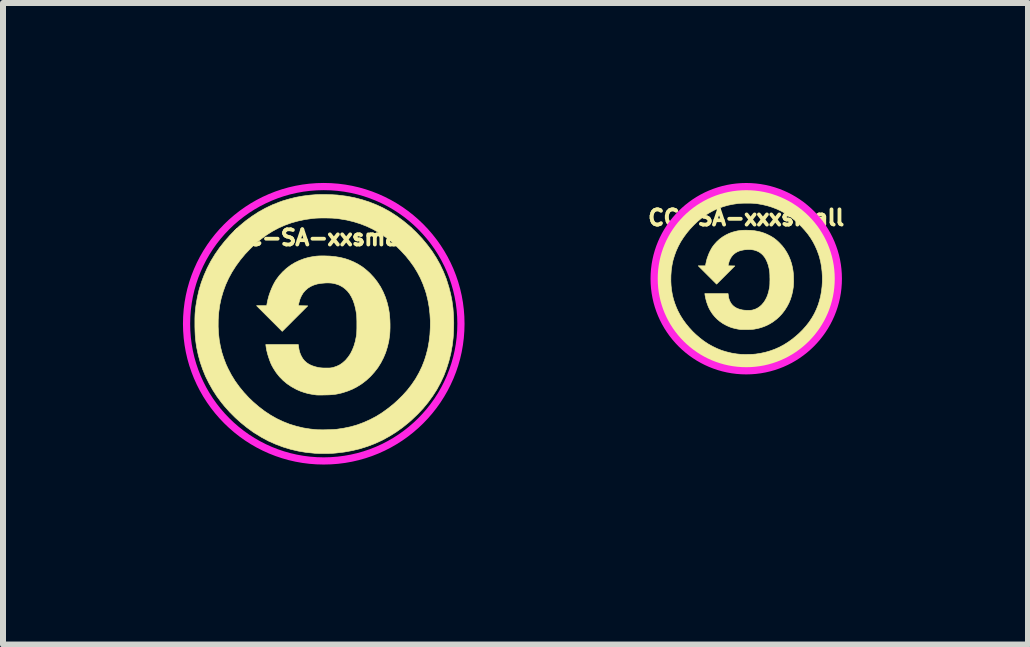
<source format=kicad_pcb>
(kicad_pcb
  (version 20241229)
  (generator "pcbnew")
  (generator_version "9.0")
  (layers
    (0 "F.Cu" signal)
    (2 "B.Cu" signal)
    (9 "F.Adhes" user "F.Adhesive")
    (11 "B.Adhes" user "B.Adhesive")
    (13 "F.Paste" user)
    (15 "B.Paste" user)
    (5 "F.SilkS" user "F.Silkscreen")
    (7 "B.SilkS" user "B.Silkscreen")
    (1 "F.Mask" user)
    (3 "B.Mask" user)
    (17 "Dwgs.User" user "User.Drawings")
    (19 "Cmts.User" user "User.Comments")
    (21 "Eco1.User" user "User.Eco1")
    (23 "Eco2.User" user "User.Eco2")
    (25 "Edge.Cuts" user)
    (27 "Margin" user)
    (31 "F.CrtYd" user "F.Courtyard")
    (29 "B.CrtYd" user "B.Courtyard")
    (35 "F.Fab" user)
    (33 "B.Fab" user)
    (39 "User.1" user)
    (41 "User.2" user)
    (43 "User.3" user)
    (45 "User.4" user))
  (footprint "CC-SA-xxsmall"
    (layer "F.Cu")
    (at 2.347 2.347)
    (property "Reference" "CC-SA-xxsmall" (at -0.007 -1.435 0) (layer "F.SilkS") (effects (font (size 0.254 0.254) (thickness 0.064))))
    (attr through_hole)
    (fp_poly (pts (xy 0.101 -1.128) (xy 0.191 -1.119) (xy 0.275 -1.105) (xy 0.356 -1.085) (xy 0.434 -1.058) (xy 0.51 -1.025) (xy 0.514 -1.023) (xy 0.58 -0.988) (xy 0.639 -0.951) (xy 0.695 -0.908) (xy 0.75 -0.86) (xy 0.772 -0.839) (xy 0.837 -0.769) (xy 0.895 -0.694) (xy 0.947 -0.614) (xy 0.991 -0.529) (xy 1.028 -0.441) (xy 1.058 -0.348) (xy 1.081 -0.252) (xy 1.092 -0.183) (xy 1.098 -0.124) (xy 1.103 -0.061) (xy 1.105 0.004) (xy 1.105 0.069) (xy 1.103 0.13) (xy 1.099 0.186) (xy 1.098 0.191) (xy 1.084 0.291) (xy 1.061 0.387) (xy 1.032 0.48) (xy 0.995 0.568) (xy 0.951 0.653) (xy 0.901 0.733) (xy 0.843 0.807) (xy 0.78 0.877) (xy 0.71 0.942) (xy 0.633 1.001) (xy 0.615 1.013) (xy 0.55 1.053) (xy 0.48 1.089) (xy 0.405 1.12) (xy 0.329 1.145) (xy 0.298 1.154) (xy 0.258 1.163) (xy 0.222 1.171) (xy 0.186 1.177) (xy 0.149 1.181) (xy 0.11 1.184) (xy 0.066 1.186) (xy 0.015 1.187) (xy 0.008 1.187) (xy -0.023 1.188) (xy -0.052 1.188) (xy -0.078 1.188) (xy -0.099 1.188) (xy -0.115 1.187) (xy -0.123 1.187) (xy -0.123 1.187) (xy -0.196 1.176) (xy -0.264 1.163) (xy -0.327 1.145) (xy -0.388 1.124) (xy -0.448 1.098) (xy -0.464 1.09) (xy -0.54 1.048) (xy -0.611 1) (xy -0.677 0.945) (xy -0.737 0.884) (xy -0.79 0.818) (xy -0.837 0.746) (xy -0.866 0.694) (xy -0.885 0.653) (xy -0.903 0.605) (xy -0.921 0.553) (xy -0.937 0.5) (xy -0.95 0.448) (xy -0.959 0.399) (xy -0.963 0.371) (xy -0.966 0.347) (xy -0.424 0.347) (xy -0.419 0.388) (xy -0.412 0.431) (xy -0.403 0.469) (xy -0.39 0.505) (xy -0.376 0.536) (xy -0.351 0.58) (xy -0.32 0.618) (xy -0.283 0.651) (xy -0.24 0.679) (xy -0.19 0.701) (xy -0.134 0.719) (xy -0.089 0.729) (xy -0.068 0.733) (xy -0.047 0.735) (xy -0.026 0.737) (xy -0.001 0.738) (xy 0.03 0.738) (xy 0.04 0.738) (xy 0.069 0.738) (xy 0.092 0.738) (xy 0.109 0.737) (xy 0.124 0.735) (xy 0.137 0.733) (xy 0.151 0.73) (xy 0.163 0.727) (xy 0.218 0.708) (xy 0.268 0.684) (xy 0.314 0.652) (xy 0.358 0.613) (xy 0.366 0.605) (xy 0.408 0.555) (xy 0.446 0.499) (xy 0.477 0.437) (xy 0.504 0.369) (xy 0.526 0.294) (xy 0.542 0.213) (xy 0.547 0.182) (xy 0.549 0.164) (xy 0.55 0.139) (xy 0.551 0.108) (xy 0.552 0.073) (xy 0.552 0.036) (xy 0.552 -0.002) (xy 0.552 -0.039) (xy 0.551 -0.075) (xy 0.55 -0.107) (xy 0.549 -0.133) (xy 0.547 -0.154) (xy 0.547 -0.157) (xy 0.533 -0.239) (xy 0.515 -0.314) (xy 0.492 -0.383) (xy 0.464 -0.444) (xy 0.432 -0.498) (xy 0.395 -0.545) (xy 0.353 -0.585) (xy 0.307 -0.618) (xy 0.256 -0.645) (xy 0.206 -0.662) (xy 0.172 -0.671) (xy 0.138 -0.677) (xy 0.102 -0.68) (xy 0.062 -0.681) (xy 0.028 -0.68) (xy -0.043 -0.674) (xy -0.108 -0.663) (xy -0.167 -0.645) (xy -0.22 -0.621) (xy -0.266 -0.592) (xy -0.307 -0.556) (xy -0.343 -0.514) (xy -0.372 -0.466) (xy -0.396 -0.412) (xy -0.413 -0.352) (xy -0.421 -0.317) (xy -0.424 -0.301) (xy -0.345 -0.3) (xy -0.267 -0.298) (xy -0.479 -0.086) (xy -0.692 0.127) (xy -0.906 -0.087) (xy -1.12 -0.301) (xy -1.036 -0.301) (xy -1.008 -0.301) (xy -0.986 -0.301) (xy -0.971 -0.301) (xy -0.961 -0.302) (xy -0.955 -0.304) (xy -0.952 -0.306) (xy -0.951 -0.308) (xy -0.949 -0.316) (xy -0.946 -0.329) (xy -0.944 -0.343) (xy -0.931 -0.404) (xy -0.914 -0.467) (xy -0.892 -0.531) (xy -0.867 -0.593) (xy -0.84 -0.651) (xy -0.811 -0.704) (xy -0.792 -0.734) (xy -0.74 -0.804) (xy -0.682 -0.867) (xy -0.619 -0.925) (xy -0.551 -0.976) (xy -0.478 -1.02) (xy -0.401 -1.057) (xy -0.32 -1.087) (xy -0.245 -1.107) (xy -0.202 -1.115) (xy -0.162 -1.122) (xy -0.122 -1.127) (xy -0.08 -1.13) (xy -0.034 -1.131) (xy 0.006 -1.131) (xy 0.101 -1.128)) (stroke (width 0.01) (type solid)) (fill yes) (layer "F.SilkS"))
    (fp_poly (pts (xy 0.042 -2.154) (xy 0.093 -2.152) (xy 0.142 -2.151) (xy 0.188 -2.148) (xy 0.228 -2.146) (xy 0.241 -2.144) (xy 0.377 -2.127) (xy 0.509 -2.102) (xy 0.636 -2.069) (xy 0.76 -2.029) (xy 0.881 -1.981) (xy 0.998 -1.926) (xy 1.111 -1.863) (xy 1.221 -1.792) (xy 1.328 -1.713) (xy 1.432 -1.627) (xy 1.532 -1.533) (xy 1.547 -1.518) (xy 1.641 -1.418) (xy 1.727 -1.314) (xy 1.806 -1.208) (xy 1.876 -1.099) (xy 1.939 -0.987) (xy 1.993 -0.872) (xy 2.041 -0.753) (xy 2.05 -0.725) (xy 2.086 -0.611) (xy 2.115 -0.497) (xy 2.138 -0.381) (xy 2.154 -0.263) (xy 2.163 -0.141) (xy 2.167 -0.015) (xy 2.166 0.055) (xy 2.164 0.121) (xy 2.161 0.181) (xy 2.157 0.238) (xy 2.151 0.292) (xy 2.144 0.347) (xy 2.142 0.364) (xy 2.118 0.495) (xy 2.086 0.623) (xy 2.047 0.747) (xy 2.001 0.868) (xy 1.946 0.984) (xy 1.885 1.097) (xy 1.815 1.206) (xy 1.738 1.312) (xy 1.654 1.414) (xy 1.561 1.512) (xy 1.461 1.607) (xy 1.42 1.643) (xy 1.314 1.729) (xy 1.203 1.808) (xy 1.09 1.878) (xy 0.973 1.942) (xy 0.853 1.997) (xy 0.73 2.044) (xy 0.603 2.084) (xy 0.473 2.115) (xy 0.341 2.139) (xy 0.205 2.155) (xy 0.157 2.159) (xy 0.126 2.16) (xy 0.088 2.162) (xy 0.046 2.162) (xy 0.002 2.163) (xy -0.042 2.162) (xy -0.084 2.162) (xy -0.122 2.16) (xy -0.154 2.159) (xy -0.159 2.158) (xy -0.292 2.145) (xy -0.423 2.123) (xy -0.551 2.093) (xy -0.677 2.055) (xy -0.799 2.009) (xy -0.919 1.956) (xy -1.035 1.894) (xy -1.149 1.824) (xy -1.18 1.804) (xy -1.28 1.731) (xy -1.379 1.651) (xy -1.475 1.565) (xy -1.566 1.474) (xy -1.651 1.379) (xy -1.702 1.317) (xy -1.78 1.212) (xy -1.85 1.104) (xy -1.913 0.992) (xy -1.97 0.878) (xy -2.018 0.76) (xy -2.059 0.641) (xy -2.092 0.521) (xy -2.093 0.515) (xy -2.108 0.446) (xy -2.121 0.381) (xy -2.13 0.318) (xy -2.138 0.254) (xy -2.143 0.189) (xy -2.146 0.12) (xy -2.148 0.049) (xy -1.76 0.049) (xy -1.754 0.163) (xy -1.742 0.272) (xy -1.723 0.378) (xy -1.698 0.48) (xy -1.666 0.579) (xy -1.628 0.678) (xy -1.595 0.749) (xy -1.541 0.852) (xy -1.479 0.953) (xy -1.409 1.05) (xy -1.332 1.144) (xy -1.248 1.235) (xy -1.179 1.301) (xy -1.084 1.383) (xy -0.987 1.457) (xy -0.887 1.523) (xy -0.785 1.581) (xy -0.679 1.631) (xy -0.571 1.674) (xy -0.459 1.708) (xy -0.344 1.736) (xy -0.225 1.755) (xy -0.129 1.765) (xy -0.104 1.767) (xy -0.073 1.767) (xy -0.037 1.768) (xy 0.003 1.768) (xy 0.044 1.767) (xy 0.085 1.766) (xy 0.125 1.765) (xy 0.161 1.763) (xy 0.192 1.761) (xy 0.216 1.759) (xy 0.335 1.741) (xy 0.45 1.717) (xy 0.561 1.685) (xy 0.668 1.645) (xy 0.773 1.598) (xy 0.876 1.544) (xy 0.975 1.482) (xy 1.073 1.411) (xy 1.17 1.333) (xy 1.227 1.281) (xy 1.315 1.195) (xy 1.395 1.106) (xy 1.467 1.013) (xy 1.532 0.917) (xy 1.588 0.818) (xy 1.638 0.714) (xy 1.68 0.607) (xy 1.708 0.517) (xy 1.736 0.409) (xy 1.756 0.297) (xy 1.77 0.182) (xy 1.776 0.067) (xy 1.777 -0.05) (xy 1.77 -0.165) (xy 1.757 -0.279) (xy 1.737 -0.39) (xy 1.711 -0.498) (xy 1.691 -0.561) (xy 1.654 -0.663) (xy 1.611 -0.762) (xy 1.561 -0.857) (xy 1.505 -0.949) (xy 1.441 -1.038) (xy 1.371 -1.126) (xy 1.292 -1.212) (xy 1.207 -1.297) (xy 1.116 -1.378) (xy 1.021 -1.451) (xy 0.924 -1.516) (xy 0.823 -1.574) (xy 0.718 -1.624) (xy 0.61 -1.666) (xy 0.498 -1.701) (xy 0.382 -1.729) (xy 0.261 -1.749) (xy 0.212 -1.756) (xy 0.179 -1.758) (xy 0.14 -1.761) (xy 0.096 -1.762) (xy 0.049 -1.763) (xy 0.001 -1.763) (xy -0.047 -1.763) (xy -0.092 -1.762) (xy -0.134 -1.76) (xy -0.17 -1.757) (xy -0.188 -1.755) (xy -0.31 -1.738) (xy -0.427 -1.713) (xy -0.54 -1.682) (xy -0.648 -1.643) (xy -0.752 -1.597) (xy -0.853 -1.543) (xy -0.95 -1.482) (xy -1.044 -1.413) (xy -1.136 -1.337) (xy -1.221 -1.255) (xy -1.311 -1.161) (xy -1.392 -1.063) (xy -1.465 -0.963) (xy -1.53 -0.861) (xy -1.587 -0.756) (xy -1.636 -0.648) (xy -1.676 -0.538) (xy -1.709 -0.426) (xy -1.734 -0.31) (xy -1.75 -0.192) (xy -1.759 -0.072) (xy -1.76 0.049) (xy -2.148 0.049) (xy -2.148 0.045) (xy -2.148 0.006) (xy -2.148 -0.042) (xy -2.148 -0.083) (xy -2.147 -0.119) (xy -2.146 -0.152) (xy -2.144 -0.182) (xy -2.141 -0.212) (xy -2.138 -0.244) (xy -2.134 -0.277) (xy -2.131 -0.301) (xy -2.109 -0.431) (xy -2.08 -0.559) (xy -2.042 -0.685) (xy -1.996 -0.807) (xy -1.943 -0.927) (xy -1.882 -1.044) (xy -1.813 -1.157) (xy -1.736 -1.268) (xy -1.652 -1.374) (xy -1.561 -1.477) (xy -1.505 -1.535) (xy -1.405 -1.629) (xy -1.302 -1.715) (xy -1.195 -1.793) (xy -1.086 -1.864) (xy -0.972 -1.927) (xy -0.855 -1.983) (xy -0.735 -2.03) (xy -0.688 -2.047) (xy -0.577 -2.08) (xy -0.464 -2.108) (xy -0.348 -2.129) (xy -0.228 -2.144) (xy -0.14 -2.151) (xy -0.102 -2.153) (xy -0.058 -2.154) (xy -0.009 -2.154) (xy 0.042 -2.154)) (stroke (width 0.01) (type solid)) (fill yes) (layer "F.SilkS"))
    (fp_circle (center 0 0) (end 2.287 0) (stroke (width 0.12) (type solid)) (fill no) (layer "F.CrtYd")))
  (footprint "CC-SA-xxxsmall"
    (layer "F.Cu")
    (at 9.39 1.596)
    (property "Reference" "CC-SA-xxxsmall" (at 0 -1.016 0) (layer "F.SilkS") (effects (font (size 0.254 0.254) (thickness 0.064))))
    (attr through_hole)
    (fp_poly (pts (xy 0.072 -0.806) (xy 0.136 -0.8) (xy 0.197 -0.789) (xy 0.254 -0.775) (xy 0.31 -0.756) (xy 0.364 -0.732) (xy 0.367 -0.73) (xy 0.414 -0.706) (xy 0.457 -0.679) (xy 0.497 -0.649) (xy 0.536 -0.614) (xy 0.551 -0.599) (xy 0.598 -0.549) (xy 0.639 -0.496) (xy 0.676 -0.438) (xy 0.708 -0.378) (xy 0.734 -0.315) (xy 0.756 -0.249) (xy 0.772 -0.18) (xy 0.78 -0.131) (xy 0.785 -0.089) (xy 0.788 -0.044) (xy 0.789 0.003) (xy 0.79 0.049) (xy 0.788 0.093) (xy 0.785 0.133) (xy 0.785 0.136) (xy 0.774 0.208) (xy 0.758 0.276) (xy 0.737 0.343) (xy 0.711 0.406) (xy 0.679 0.466) (xy 0.643 0.523) (xy 0.602 0.577) (xy 0.557 0.627) (xy 0.507 0.673) (xy 0.452 0.715) (xy 0.439 0.724) (xy 0.393 0.752) (xy 0.343 0.778) (xy 0.29 0.8) (xy 0.235 0.818) (xy 0.213 0.824) (xy 0.185 0.831) (xy 0.158 0.836) (xy 0.133 0.841) (xy 0.106 0.844) (xy 0.078 0.846) (xy 0.047 0.847) (xy 0.011 0.848) (xy 0.006 0.848) (xy -0.016 0.848) (xy -0.037 0.848) (xy -0.056 0.848) (xy -0.071 0.848) (xy -0.082 0.848) (xy -0.088 0.848) (xy -0.088 0.848) (xy -0.14 0.84) (xy -0.188 0.83) (xy -0.234 0.818) (xy -0.277 0.803) (xy -0.32 0.784) (xy -0.331 0.779) (xy -0.386 0.749) (xy -0.437 0.714) (xy -0.484 0.675) (xy -0.526 0.632) (xy -0.565 0.584) (xy -0.598 0.533) (xy -0.618 0.496) (xy -0.632 0.466) (xy -0.645 0.432) (xy -0.658 0.395) (xy -0.669 0.357) (xy -0.678 0.32) (xy -0.685 0.285) (xy -0.688 0.265) (xy -0.69 0.248) (xy -0.303 0.248) (xy -0.299 0.277) (xy -0.295 0.308) (xy -0.288 0.335) (xy -0.279 0.361) (xy -0.269 0.383) (xy -0.251 0.414) (xy -0.228 0.442) (xy -0.202 0.465) (xy -0.171 0.485) (xy -0.136 0.501) (xy -0.096 0.514) (xy -0.064 0.521) (xy -0.048 0.523) (xy -0.034 0.525) (xy -0.018 0.526) (xy -0.000404 0.527) (xy 0.022 0.527) (xy 0.029 0.527) (xy 0.049 0.527) (xy 0.065 0.527) (xy 0.078 0.526) (xy 0.088 0.525) (xy 0.098 0.524) (xy 0.108 0.521) (xy 0.116 0.519) (xy 0.156 0.506) (xy 0.191 0.488) (xy 0.224 0.466) (xy 0.256 0.438) (xy 0.261 0.432) (xy 0.292 0.396) (xy 0.318 0.356) (xy 0.341 0.312) (xy 0.36 0.263) (xy 0.375 0.21) (xy 0.387 0.152) (xy 0.391 0.13) (xy 0.392 0.117) (xy 0.393 0.099) (xy 0.394 0.077) (xy 0.394 0.052) (xy 0.395 0.026) (xy 0.395 -0.001) (xy 0.394 -0.028) (xy 0.394 -0.053) (xy 0.393 -0.076) (xy 0.392 -0.095) (xy 0.391 -0.11) (xy 0.391 -0.112) (xy 0.381 -0.171) (xy 0.368 -0.225) (xy 0.351 -0.273) (xy 0.331 -0.317) (xy 0.308 -0.356) (xy 0.282 -0.389) (xy 0.252 -0.418) (xy 0.219 -0.442) (xy 0.183 -0.46) (xy 0.147 -0.473) (xy 0.123 -0.479) (xy 0.098 -0.483) (xy 0.073 -0.486) (xy 0.044 -0.486) (xy 0.02 -0.486) (xy -0.031 -0.482) (xy -0.077 -0.473) (xy -0.119 -0.461) (xy -0.157 -0.444) (xy -0.19 -0.423) (xy -0.22 -0.397) (xy -0.245 -0.367) (xy -0.266 -0.333) (xy -0.283 -0.294) (xy -0.295 -0.251) (xy -0.301 -0.226) (xy -0.303 -0.215) (xy -0.19 -0.213) (xy -0.342 -0.061) (xy -0.494 0.091) (xy -0.8 -0.215) (xy -0.74 -0.215) (xy -0.72 -0.215) (xy -0.705 -0.215) (xy -0.694 -0.215) (xy -0.687 -0.216) (xy -0.682 -0.217) (xy -0.68 -0.218) (xy -0.679 -0.22) (xy -0.678 -0.226) (xy -0.676 -0.235) (xy -0.674 -0.245) (xy -0.665 -0.289) (xy -0.653 -0.334) (xy -0.637 -0.379) (xy -0.62 -0.423) (xy -0.6 -0.465) (xy -0.579 -0.503) (xy -0.566 -0.525) (xy -0.529 -0.574) (xy -0.487 -0.62) (xy -0.442 -0.661) (xy -0.393 -0.697) (xy -0.341 -0.728) (xy -0.286 -0.755) (xy -0.228 -0.776) (xy -0.175 -0.79) (xy -0.144 -0.797) (xy -0.116 -0.801) (xy -0.087 -0.805) (xy -0.057 -0.807) (xy -0.024 -0.808) (xy 0.005 -0.808) (xy 0.072 -0.806)) (stroke (width 0.01) (type solid)) (fill yes) (layer "F.SilkS"))
    (fp_poly (pts (xy 0.03 -1.538) (xy 0.066 -1.537) (xy 0.102 -1.536) (xy 0.134 -1.535) (xy 0.163 -1.533) (xy 0.172 -1.532) (xy 0.269 -1.519) (xy 0.363 -1.501) (xy 0.455 -1.478) (xy 0.543 -1.449) (xy 0.629 -1.415) (xy 0.713 -1.376) (xy 0.794 -1.331) (xy 0.872 -1.28) (xy 0.949 -1.224) (xy 1.023 -1.162) (xy 1.095 -1.095) (xy 1.105 -1.084) (xy 1.172 -1.013) (xy 1.234 -0.939) (xy 1.29 -0.863) (xy 1.34 -0.785) (xy 1.385 -0.705) (xy 1.424 -0.623) (xy 1.458 -0.538) (xy 1.465 -0.518) (xy 1.49 -0.437) (xy 1.511 -0.355) (xy 1.527 -0.272) (xy 1.538 -0.188) (xy 1.545 -0.101) (xy 1.548 -0.011) (xy 1.547 0.039) (xy 1.546 0.087) (xy 1.544 0.13) (xy 1.541 0.17) (xy 1.537 0.208) (xy 1.532 0.248) (xy 1.53 0.26) (xy 1.513 0.354) (xy 1.49 0.445) (xy 1.462 0.534) (xy 1.429 0.62) (xy 1.39 0.703) (xy 1.346 0.784) (xy 1.297 0.862) (xy 1.242 0.937) (xy 1.181 1.01) (xy 1.115 1.08) (xy 1.044 1.148) (xy 1.014 1.173) (xy 0.938 1.235) (xy 0.86 1.291) (xy 0.779 1.342) (xy 0.695 1.387) (xy 0.609 1.426) (xy 0.521 1.46) (xy 0.431 1.488) (xy 0.338 1.511) (xy 0.243 1.528) (xy 0.146 1.539) (xy 0.112 1.542) (xy 0.09 1.543) (xy 0.063 1.544) (xy 0.033 1.545) (xy 0.002 1.545) (xy -0.03 1.544) (xy -0.06 1.544) (xy -0.087 1.543) (xy -0.11 1.542) (xy -0.113 1.542) (xy -0.209 1.532) (xy -0.302 1.516) (xy -0.394 1.495) (xy -0.483 1.468) (xy -0.571 1.435) (xy -0.656 1.397) (xy -0.74 1.353) (xy -0.821 1.303) (xy -0.843 1.289) (xy -0.915 1.237) (xy -0.985 1.179) (xy -1.054 1.118) (xy -1.119 1.053) (xy -1.179 0.985) (xy -1.216 0.94) (xy -1.271 0.866) (xy -1.321 0.789) (xy -1.367 0.709) (xy -1.407 0.627) (xy -1.442 0.543) (xy -1.471 0.458) (xy -1.494 0.372) (xy -1.495 0.368) (xy -1.506 0.319) (xy -1.515 0.272) (xy -1.522 0.227) (xy -1.527 0.182) (xy -1.531 0.135) (xy -1.533 0.086) (xy -1.534 0.035) (xy -1.257 0.035) (xy -1.253 0.116) (xy -1.244 0.195) (xy -1.231 0.27) (xy -1.213 0.343) (xy -1.19 0.414) (xy -1.163 0.484) (xy -1.14 0.535) (xy -1.101 0.609) (xy -1.056 0.681) (xy -1.006 0.75) (xy -0.951 0.817) (xy -0.891 0.882) (xy -0.842 0.929) (xy -0.774 0.988) (xy -0.705 1.041) (xy -0.634 1.088) (xy -0.56 1.129) (xy -0.485 1.165) (xy -0.408 1.196) (xy -0.328 1.22) (xy -0.246 1.24) (xy -0.161 1.254) (xy -0.092 1.261) (xy -0.075 1.262) (xy -0.052 1.262) (xy -0.026 1.263) (xy 0.002 1.263) (xy 0.032 1.262) (xy 0.061 1.262) (xy 0.089 1.261) (xy 0.115 1.26) (xy 0.137 1.258) (xy 0.154 1.257) (xy 0.239 1.244) (xy 0.321 1.226) (xy 0.4 1.203) (xy 0.477 1.175) (xy 0.552 1.142) (xy 0.625 1.103) (xy 0.697 1.058) (xy 0.767 1.008) (xy 0.835 0.952) (xy 0.877 0.915) (xy 0.939 0.854) (xy 0.996 0.79) (xy 1.048 0.724) (xy 1.094 0.655) (xy 1.135 0.584) (xy 1.17 0.51) (xy 1.2 0.434) (xy 1.22 0.369) (xy 1.24 0.292) (xy 1.254 0.212) (xy 1.264 0.13) (xy 1.269 0.048) (xy 1.269 -0.035) (xy 1.264 -0.118) (xy 1.255 -0.199) (xy 1.241 -0.279) (xy 1.222 -0.356) (xy 1.208 -0.401) (xy 1.181 -0.474) (xy 1.15 -0.544) (xy 1.115 -0.612) (xy 1.075 -0.678) (xy 1.03 -0.742) (xy 0.979 -0.804) (xy 0.923 -0.866) (xy 0.862 -0.926) (xy 0.797 -0.984) (xy 0.73 -1.036) (xy 0.66 -1.083) (xy 0.588 -1.124) (xy 0.513 -1.16) (xy 0.436 -1.19) (xy 0.356 -1.215) (xy 0.273 -1.235) (xy 0.187 -1.25) (xy 0.151 -1.254) (xy 0.128 -1.256) (xy 0.1 -1.258) (xy 0.069 -1.259) (xy 0.035 -1.259) (xy 0.001 -1.259) (xy -0.033 -1.259) (xy -0.066 -1.258) (xy -0.096 -1.257) (xy -0.121 -1.255) (xy -0.135 -1.254) (xy -0.222 -1.241) (xy -0.305 -1.224) (xy -0.385 -1.201) (xy -0.463 -1.173) (xy -0.537 -1.141) (xy -0.609 -1.102) (xy -0.679 -1.059) (xy -0.746 -1.009) (xy -0.811 -0.955) (xy -0.872 -0.897) (xy -0.936 -0.829) (xy -0.994 -0.759) (xy -1.046 -0.688) (xy -1.093 -0.615) (xy -1.133 -0.54) (xy -1.168 -0.463) (xy -1.197 -0.384) (xy -1.221 -0.304) (xy -1.238 -0.222) (xy -1.25 -0.137) (xy -1.256 -0.051) (xy -1.257 0.035) (xy -1.534 0.035) (xy -1.534 0.032) (xy -1.534 0.005) (xy -1.534 -0.03) (xy -1.534 -0.06) (xy -1.534 -0.085) (xy -1.533 -0.109) (xy -1.531 -0.13) (xy -1.53 -0.152) (xy -1.527 -0.174) (xy -1.524 -0.198) (xy -1.522 -0.215) (xy -1.507 -0.308) (xy -1.485 -0.399) (xy -1.459 -0.489) (xy -1.426 -0.577) (xy -1.388 -0.662) (xy -1.344 -0.746) (xy -1.295 -0.827) (xy -1.24 -0.905) (xy -1.18 -0.982) (xy -1.115 -1.055) (xy -1.075 -1.096) (xy -1.004 -1.163) (xy -0.93 -1.225) (xy -0.854 -1.281) (xy -0.775 -1.331) (xy -0.694 -1.376) (xy -0.611 -1.416) (xy -0.525 -1.45) (xy -0.491 -1.462) (xy -0.412 -1.486) (xy -0.332 -1.505) (xy -0.249 -1.52) (xy -0.163 -1.531) (xy -0.1 -1.536) (xy -0.073 -1.538) (xy -0.041 -1.538) (xy -0.007 -1.539) (xy 0.03 -1.538)) (stroke (width 0.01) (type solid)) (fill yes) (layer "F.SilkS"))
    (fp_circle (center 0 0) (end -1.333 0.762) (stroke (width 0.12) (type solid)) (fill no) (layer "F.CrtYd")))
  (gr_rect
    (start -3 -3)
    (end 14.087 7.694)
    (stroke (width 0.1) (type default))
    (fill no)
    (layer "Edge.Cuts")))
</source>
